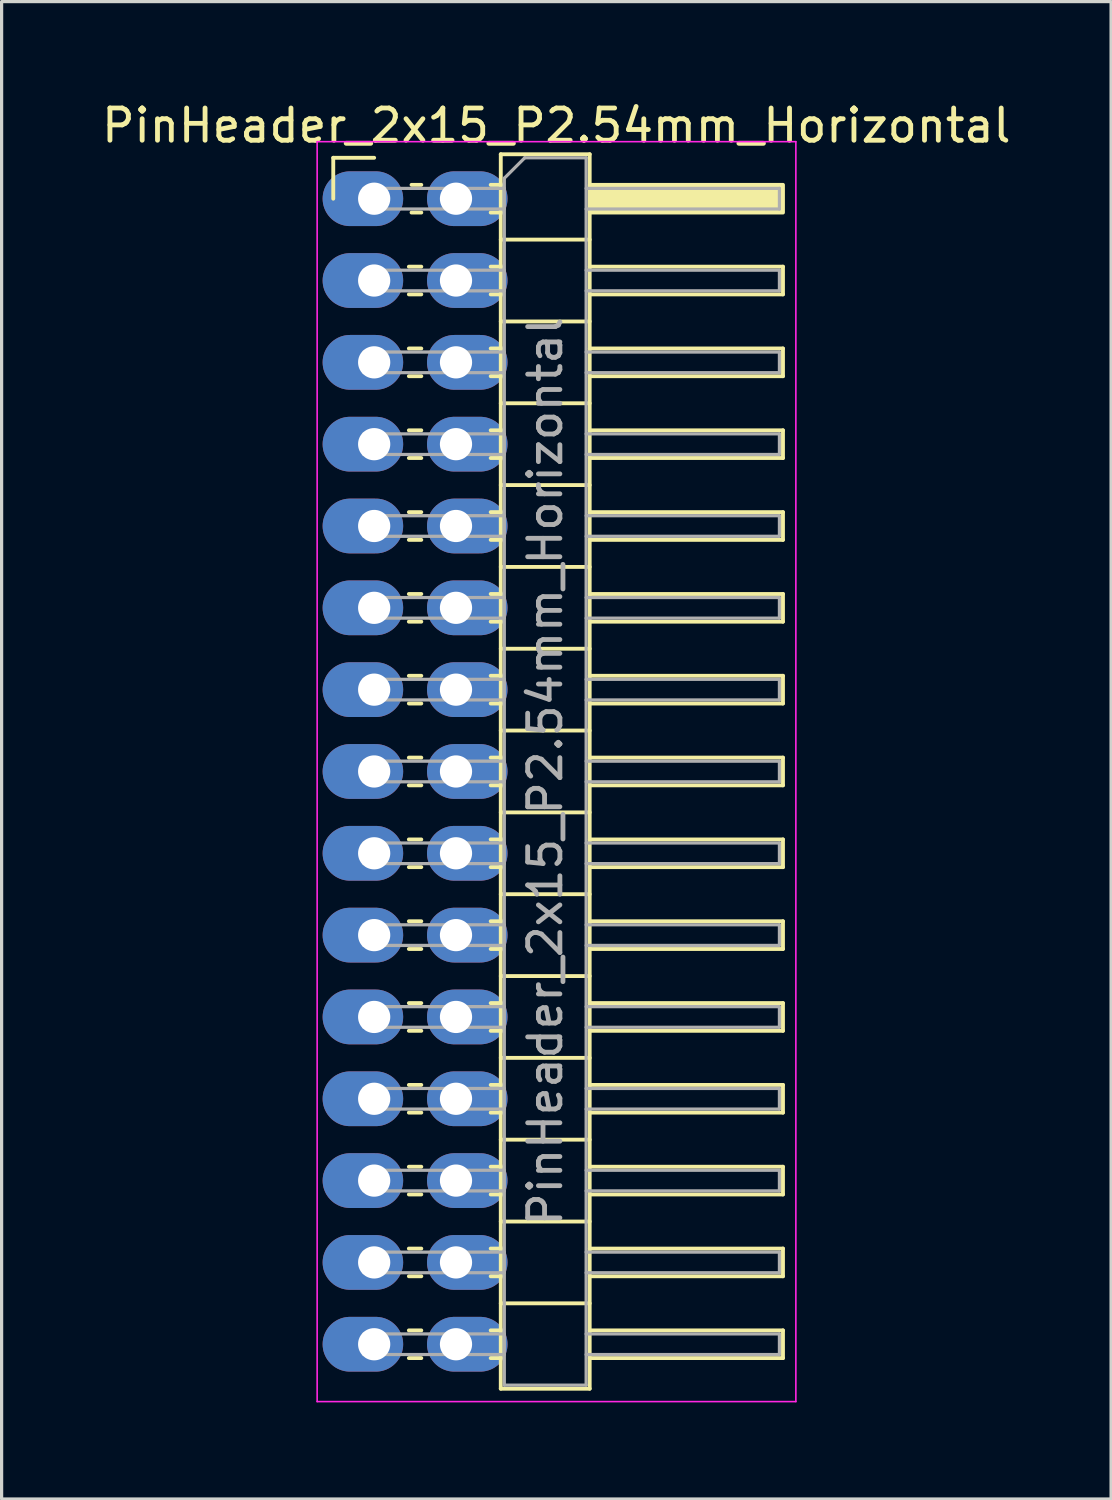
<source format=kicad_pcb>
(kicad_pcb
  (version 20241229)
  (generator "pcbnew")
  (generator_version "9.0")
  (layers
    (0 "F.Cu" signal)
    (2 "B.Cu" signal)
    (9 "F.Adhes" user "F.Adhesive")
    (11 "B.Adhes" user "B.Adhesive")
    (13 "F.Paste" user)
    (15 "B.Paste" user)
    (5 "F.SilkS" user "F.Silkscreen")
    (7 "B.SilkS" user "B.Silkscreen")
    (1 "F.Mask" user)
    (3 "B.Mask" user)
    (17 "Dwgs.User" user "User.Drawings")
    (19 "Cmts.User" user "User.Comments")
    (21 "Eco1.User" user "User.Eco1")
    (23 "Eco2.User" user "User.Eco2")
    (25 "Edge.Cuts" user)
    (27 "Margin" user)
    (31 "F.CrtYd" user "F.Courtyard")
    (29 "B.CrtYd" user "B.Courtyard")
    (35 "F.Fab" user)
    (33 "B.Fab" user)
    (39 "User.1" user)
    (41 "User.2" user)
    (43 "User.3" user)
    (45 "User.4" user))
  (footprint "PinHeader_2x15_P2.54mm_Horizontal"
    (layer "F.Cu")
    (at 8.565 3.118)
    (property "Reference" "PinHeader_2x15_P2.54mm_Horizontal" (at 5.655 -2.27 0) (layer "F.SilkS") (effects (font (size 1 1) (thickness 0.15))))
    (attr through_hole)
    (fp_line (start -1.27 -1.27) (end 0 -1.27) (stroke (width 0.12) (type solid)) (layer "F.SilkS"))
    (fp_line (start -1.27 0) (end -1.27 -1.27) (stroke (width 0.12) (type solid)) (layer "F.SilkS"))
    (fp_line (start 1.077 2.11) (end 1.463 2.11) (stroke (width 0.12) (type solid)) (layer "F.SilkS"))
    (fp_line (start 1.077 2.97) (end 1.463 2.97) (stroke (width 0.12) (type solid)) (layer "F.SilkS"))
    (fp_line (start 1.077 4.65) (end 1.463 4.65) (stroke (width 0.12) (type solid)) (layer "F.SilkS"))
    (fp_line (start 1.077 5.51) (end 1.463 5.51) (stroke (width 0.12) (type solid)) (layer "F.SilkS"))
    (fp_line (start 1.077 7.19) (end 1.463 7.19) (stroke (width 0.12) (type solid)) (layer "F.SilkS"))
    (fp_line (start 1.077 8.05) (end 1.463 8.05) (stroke (width 0.12) (type solid)) (layer "F.SilkS"))
    (fp_line (start 1.077 9.73) (end 1.463 9.73) (stroke (width 0.12) (type solid)) (layer "F.SilkS"))
    (fp_line (start 1.077 10.59) (end 1.463 10.59) (stroke (width 0.12) (type solid)) (layer "F.SilkS"))
    (fp_line (start 1.077 12.27) (end 1.463 12.27) (stroke (width 0.12) (type solid)) (layer "F.SilkS"))
    (fp_line (start 1.077 13.13) (end 1.463 13.13) (stroke (width 0.12) (type solid)) (layer "F.SilkS"))
    (fp_line (start 1.077 14.81) (end 1.463 14.81) (stroke (width 0.12) (type solid)) (layer "F.SilkS"))
    (fp_line (start 1.077 15.67) (end 1.463 15.67) (stroke (width 0.12) (type solid)) (layer "F.SilkS"))
    (fp_line (start 1.077 17.35) (end 1.463 17.35) (stroke (width 0.12) (type solid)) (layer "F.SilkS"))
    (fp_line (start 1.077 18.21) (end 1.463 18.21) (stroke (width 0.12) (type solid)) (layer "F.SilkS"))
    (fp_line (start 1.077 19.89) (end 1.463 19.89) (stroke (width 0.12) (type solid)) (layer "F.SilkS"))
    (fp_line (start 1.077 20.75) (end 1.463 20.75) (stroke (width 0.12) (type solid)) (layer "F.SilkS"))
    (fp_line (start 1.077 22.43) (end 1.463 22.43) (stroke (width 0.12) (type solid)) (layer "F.SilkS"))
    (fp_line (start 1.077 23.29) (end 1.463 23.29) (stroke (width 0.12) (type solid)) (layer "F.SilkS"))
    (fp_line (start 1.077 24.97) (end 1.463 24.97) (stroke (width 0.12) (type solid)) (layer "F.SilkS"))
    (fp_line (start 1.077 25.83) (end 1.463 25.83) (stroke (width 0.12) (type solid)) (layer "F.SilkS"))
    (fp_line (start 1.077 27.51) (end 1.463 27.51) (stroke (width 0.12) (type solid)) (layer "F.SilkS"))
    (fp_line (start 1.077 28.37) (end 1.463 28.37) (stroke (width 0.12) (type solid)) (layer "F.SilkS"))
    (fp_line (start 1.077 30.05) (end 1.463 30.05) (stroke (width 0.12) (type solid)) (layer "F.SilkS"))
    (fp_line (start 1.077 30.91) (end 1.463 30.91) (stroke (width 0.12) (type solid)) (layer "F.SilkS"))
    (fp_line (start 1.077 32.59) (end 1.463 32.59) (stroke (width 0.12) (type solid)) (layer "F.SilkS"))
    (fp_line (start 1.077 33.45) (end 1.463 33.45) (stroke (width 0.12) (type solid)) (layer "F.SilkS"))
    (fp_line (start 1.077 35.13) (end 1.463 35.13) (stroke (width 0.12) (type solid)) (layer "F.SilkS"))
    (fp_line (start 1.077 35.99) (end 1.463 35.99) (stroke (width 0.12) (type solid)) (layer "F.SilkS"))
    (fp_line (start 1.16 -0.43) (end 1.463 -0.43) (stroke (width 0.12) (type solid)) (layer "F.SilkS"))
    (fp_line (start 1.16 0.43) (end 1.463 0.43) (stroke (width 0.12) (type solid)) (layer "F.SilkS"))
    (fp_line (start 3.617 -0.43) (end 3.93 -0.43) (stroke (width 0.12) (type solid)) (layer "F.SilkS"))
    (fp_line (start 3.617 0.43) (end 3.93 0.43) (stroke (width 0.12) (type solid)) (layer "F.SilkS"))
    (fp_line (start 3.617 2.11) (end 3.93 2.11) (stroke (width 0.12) (type solid)) (layer "F.SilkS"))
    (fp_line (start 3.617 2.97) (end 3.93 2.97) (stroke (width 0.12) (type solid)) (layer "F.SilkS"))
    (fp_line (start 3.617 4.65) (end 3.93 4.65) (stroke (width 0.12) (type solid)) (layer "F.SilkS"))
    (fp_line (start 3.617 5.51) (end 3.93 5.51) (stroke (width 0.12) (type solid)) (layer "F.SilkS"))
    (fp_line (start 3.617 7.19) (end 3.93 7.19) (stroke (width 0.12) (type solid)) (layer "F.SilkS"))
    (fp_line (start 3.617 8.05) (end 3.93 8.05) (stroke (width 0.12) (type solid)) (layer "F.SilkS"))
    (fp_line (start 3.617 9.73) (end 3.93 9.73) (stroke (width 0.12) (type solid)) (layer "F.SilkS"))
    (fp_line (start 3.617 10.59) (end 3.93 10.59) (stroke (width 0.12) (type solid)) (layer "F.SilkS"))
    (fp_line (start 3.617 12.27) (end 3.93 12.27) (stroke (width 0.12) (type solid)) (layer "F.SilkS"))
    (fp_line (start 3.617 13.13) (end 3.93 13.13) (stroke (width 0.12) (type solid)) (layer "F.SilkS"))
    (fp_line (start 3.617 14.81) (end 3.93 14.81) (stroke (width 0.12) (type solid)) (layer "F.SilkS"))
    (fp_line (start 3.617 15.67) (end 3.93 15.67) (stroke (width 0.12) (type solid)) (layer "F.SilkS"))
    (fp_line (start 3.617 17.35) (end 3.93 17.35) (stroke (width 0.12) (type solid)) (layer "F.SilkS"))
    (fp_line (start 3.617 18.21) (end 3.93 18.21) (stroke (width 0.12) (type solid)) (layer "F.SilkS"))
    (fp_line (start 3.617 19.89) (end 3.93 19.89) (stroke (width 0.12) (type solid)) (layer "F.SilkS"))
    (fp_line (start 3.617 20.75) (end 3.93 20.75) (stroke (width 0.12) (type solid)) (layer "F.SilkS"))
    (fp_line (start 3.617 22.43) (end 3.93 22.43) (stroke (width 0.12) (type solid)) (layer "F.SilkS"))
    (fp_line (start 3.617 23.29) (end 3.93 23.29) (stroke (width 0.12) (type solid)) (layer "F.SilkS"))
    (fp_line (start 3.617 24.97) (end 3.93 24.97) (stroke (width 0.12) (type solid)) (layer "F.SilkS"))
    (fp_line (start 3.617 25.83) (end 3.93 25.83) (stroke (width 0.12) (type solid)) (layer "F.SilkS"))
    (fp_line (start 3.617 27.51) (end 3.93 27.51) (stroke (width 0.12) (type solid)) (layer "F.SilkS"))
    (fp_line (start 3.617 28.37) (end 3.93 28.37) (stroke (width 0.12) (type solid)) (layer "F.SilkS"))
    (fp_line (start 3.617 30.05) (end 3.93 30.05) (stroke (width 0.12) (type solid)) (layer "F.SilkS"))
    (fp_line (start 3.617 30.91) (end 3.93 30.91) (stroke (width 0.12) (type solid)) (layer "F.SilkS"))
    (fp_line (start 3.617 32.59) (end 3.93 32.59) (stroke (width 0.12) (type solid)) (layer "F.SilkS"))
    (fp_line (start 3.617 33.45) (end 3.93 33.45) (stroke (width 0.12) (type solid)) (layer "F.SilkS"))
    (fp_line (start 3.617 35.13) (end 3.93 35.13) (stroke (width 0.12) (type solid)) (layer "F.SilkS"))
    (fp_line (start 3.617 35.99) (end 3.93 35.99) (stroke (width 0.12) (type solid)) (layer "F.SilkS"))
    (fp_line (start 3.93 -1.38) (end 3.93 36.94) (stroke (width 0.12) (type solid)) (layer "F.SilkS"))
    (fp_line (start 3.93 1.27) (end 6.69 1.27) (stroke (width 0.12) (type solid)) (layer "F.SilkS"))
    (fp_line (start 3.93 3.81) (end 6.69 3.81) (stroke (width 0.12) (type solid)) (layer "F.SilkS"))
    (fp_line (start 3.93 6.35) (end 6.69 6.35) (stroke (width 0.12) (type solid)) (layer "F.SilkS"))
    (fp_line (start 3.93 8.89) (end 6.69 8.89) (stroke (width 0.12) (type solid)) (layer "F.SilkS"))
    (fp_line (start 3.93 11.43) (end 6.69 11.43) (stroke (width 0.12) (type solid)) (layer "F.SilkS"))
    (fp_line (start 3.93 13.97) (end 6.69 13.97) (stroke (width 0.12) (type solid)) (layer "F.SilkS"))
    (fp_line (start 3.93 16.51) (end 6.69 16.51) (stroke (width 0.12) (type solid)) (layer "F.SilkS"))
    (fp_line (start 3.93 19.05) (end 6.69 19.05) (stroke (width 0.12) (type solid)) (layer "F.SilkS"))
    (fp_line (start 3.93 21.59) (end 6.69 21.59) (stroke (width 0.12) (type solid)) (layer "F.SilkS"))
    (fp_line (start 3.93 24.13) (end 6.69 24.13) (stroke (width 0.12) (type solid)) (layer "F.SilkS"))
    (fp_line (start 3.93 26.67) (end 6.69 26.67) (stroke (width 0.12) (type solid)) (layer "F.SilkS"))
    (fp_line (start 3.93 29.21) (end 6.69 29.21) (stroke (width 0.12) (type solid)) (layer "F.SilkS"))
    (fp_line (start 3.93 31.75) (end 6.69 31.75) (stroke (width 0.12) (type solid)) (layer "F.SilkS"))
    (fp_line (start 3.93 34.29) (end 6.69 34.29) (stroke (width 0.12) (type solid)) (layer "F.SilkS"))
    (fp_line (start 3.93 36.94) (end 6.69 36.94) (stroke (width 0.12) (type solid)) (layer "F.SilkS"))
    (fp_line (start 6.69 -1.38) (end 3.93 -1.38) (stroke (width 0.12) (type solid)) (layer "F.SilkS"))
    (fp_line (start 6.69 2.11) (end 12.69 2.11) (stroke (width 0.12) (type solid)) (layer "F.SilkS"))
    (fp_line (start 6.69 4.65) (end 12.69 4.65) (stroke (width 0.12) (type solid)) (layer "F.SilkS"))
    (fp_line (start 6.69 7.19) (end 12.69 7.19) (stroke (width 0.12) (type solid)) (layer "F.SilkS"))
    (fp_line (start 6.69 9.73) (end 12.69 9.73) (stroke (width 0.12) (type solid)) (layer "F.SilkS"))
    (fp_line (start 6.69 12.27) (end 12.69 12.27) (stroke (width 0.12) (type solid)) (layer "F.SilkS"))
    (fp_line (start 6.69 14.81) (end 12.69 14.81) (stroke (width 0.12) (type solid)) (layer "F.SilkS"))
    (fp_line (start 6.69 17.35) (end 12.69 17.35) (stroke (width 0.12) (type solid)) (layer "F.SilkS"))
    (fp_line (start 6.69 19.89) (end 12.69 19.89) (stroke (width 0.12) (type solid)) (layer "F.SilkS"))
    (fp_line (start 6.69 22.43) (end 12.69 22.43) (stroke (width 0.12) (type solid)) (layer "F.SilkS"))
    (fp_line (start 6.69 24.97) (end 12.69 24.97) (stroke (width 0.12) (type solid)) (layer "F.SilkS"))
    (fp_line (start 6.69 27.51) (end 12.69 27.51) (stroke (width 0.12) (type solid)) (layer "F.SilkS"))
    (fp_line (start 6.69 30.05) (end 12.69 30.05) (stroke (width 0.12) (type solid)) (layer "F.SilkS"))
    (fp_line (start 6.69 32.59) (end 12.69 32.59) (stroke (width 0.12) (type solid)) (layer "F.SilkS"))
    (fp_line (start 6.69 35.13) (end 12.69 35.13) (stroke (width 0.12) (type solid)) (layer "F.SilkS"))
    (fp_line (start 6.69 36.94) (end 6.69 -1.38) (stroke (width 0.12) (type solid)) (layer "F.SilkS"))
    (fp_line (start 12.69 2.11) (end 12.69 2.97) (stroke (width 0.12) (type solid)) (layer "F.SilkS"))
    (fp_line (start 12.69 2.97) (end 6.69 2.97) (stroke (width 0.12) (type solid)) (layer "F.SilkS"))
    (fp_line (start 12.69 4.65) (end 12.69 5.51) (stroke (width 0.12) (type solid)) (layer "F.SilkS"))
    (fp_line (start 12.69 5.51) (end 6.69 5.51) (stroke (width 0.12) (type solid)) (layer "F.SilkS"))
    (fp_line (start 12.69 7.19) (end 12.69 8.05) (stroke (width 0.12) (type solid)) (layer "F.SilkS"))
    (fp_line (start 12.69 8.05) (end 6.69 8.05) (stroke (width 0.12) (type solid)) (layer "F.SilkS"))
    (fp_line (start 12.69 9.73) (end 12.69 10.59) (stroke (width 0.12) (type solid)) (layer "F.SilkS"))
    (fp_line (start 12.69 10.59) (end 6.69 10.59) (stroke (width 0.12) (type solid)) (layer "F.SilkS"))
    (fp_line (start 12.69 12.27) (end 12.69 13.13) (stroke (width 0.12) (type solid)) (layer "F.SilkS"))
    (fp_line (start 12.69 13.13) (end 6.69 13.13) (stroke (width 0.12) (type solid)) (layer "F.SilkS"))
    (fp_line (start 12.69 14.81) (end 12.69 15.67) (stroke (width 0.12) (type solid)) (layer "F.SilkS"))
    (fp_line (start 12.69 15.67) (end 6.69 15.67) (stroke (width 0.12) (type solid)) (layer "F.SilkS"))
    (fp_line (start 12.69 17.35) (end 12.69 18.21) (stroke (width 0.12) (type solid)) (layer "F.SilkS"))
    (fp_line (start 12.69 18.21) (end 6.69 18.21) (stroke (width 0.12) (type solid)) (layer "F.SilkS"))
    (fp_line (start 12.69 19.89) (end 12.69 20.75) (stroke (width 0.12) (type solid)) (layer "F.SilkS"))
    (fp_line (start 12.69 20.75) (end 6.69 20.75) (stroke (width 0.12) (type solid)) (layer "F.SilkS"))
    (fp_line (start 12.69 22.43) (end 12.69 23.29) (stroke (width 0.12) (type solid)) (layer "F.SilkS"))
    (fp_line (start 12.69 23.29) (end 6.69 23.29) (stroke (width 0.12) (type solid)) (layer "F.SilkS"))
    (fp_line (start 12.69 24.97) (end 12.69 25.83) (stroke (width 0.12) (type solid)) (layer "F.SilkS"))
    (fp_line (start 12.69 25.83) (end 6.69 25.83) (stroke (width 0.12) (type solid)) (layer "F.SilkS"))
    (fp_line (start 12.69 27.51) (end 12.69 28.37) (stroke (width 0.12) (type solid)) (layer "F.SilkS"))
    (fp_line (start 12.69 28.37) (end 6.69 28.37) (stroke (width 0.12) (type solid)) (layer "F.SilkS"))
    (fp_line (start 12.69 30.05) (end 12.69 30.91) (stroke (width 0.12) (type solid)) (layer "F.SilkS"))
    (fp_line (start 12.69 30.91) (end 6.69 30.91) (stroke (width 0.12) (type solid)) (layer "F.SilkS"))
    (fp_line (start 12.69 32.59) (end 12.69 33.45) (stroke (width 0.12) (type solid)) (layer "F.SilkS"))
    (fp_line (start 12.69 33.45) (end 6.69 33.45) (stroke (width 0.12) (type solid)) (layer "F.SilkS"))
    (fp_line (start 12.69 35.13) (end 12.69 35.99) (stroke (width 0.12) (type solid)) (layer "F.SilkS"))
    (fp_line (start 12.69 35.99) (end 6.69 35.99) (stroke (width 0.12) (type solid)) (layer "F.SilkS"))
    (fp_rect (start 6.69 -0.43) (end 12.69 0.43) (stroke (width 0.12) (type solid)) (fill yes) (layer "F.SilkS"))
    (fp_line (start -1.77 -1.77) (end -1.77 37.34) (stroke (width 0.05) (type solid)) (layer "F.CrtYd"))
    (fp_line (start -1.77 37.34) (end 13.09 37.34) (stroke (width 0.05) (type solid)) (layer "F.CrtYd"))
    (fp_line (start 13.09 -1.77) (end -1.77 -1.77) (stroke (width 0.05) (type solid)) (layer "F.CrtYd"))
    (fp_line (start 13.09 37.34) (end 13.09 -1.77) (stroke (width 0.05) (type solid)) (layer "F.CrtYd"))
    (fp_line (start -0.32 -0.32) (end -0.32 0.32) (stroke (width 0.1) (type solid)) (layer "F.Fab"))
    (fp_line (start -0.32 -0.32) (end 4.04 -0.32) (stroke (width 0.1) (type solid)) (layer "F.Fab"))
    (fp_line (start -0.32 0.32) (end 4.04 0.32) (stroke (width 0.1) (type solid)) (layer "F.Fab"))
    (fp_line (start -0.32 2.22) (end -0.32 2.86) (stroke (width 0.1) (type solid)) (layer "F.Fab"))
    (fp_line (start -0.32 2.22) (end 4.04 2.22) (stroke (width 0.1) (type solid)) (layer "F.Fab"))
    (fp_line (start -0.32 2.86) (end 4.04 2.86) (stroke (width 0.1) (type solid)) (layer "F.Fab"))
    (fp_line (start -0.32 4.76) (end -0.32 5.4) (stroke (width 0.1) (type solid)) (layer "F.Fab"))
    (fp_line (start -0.32 4.76) (end 4.04 4.76) (stroke (width 0.1) (type solid)) (layer "F.Fab"))
    (fp_line (start -0.32 5.4) (end 4.04 5.4) (stroke (width 0.1) (type solid)) (layer "F.Fab"))
    (fp_line (start -0.32 7.3) (end -0.32 7.94) (stroke (width 0.1) (type solid)) (layer "F.Fab"))
    (fp_line (start -0.32 7.3) (end 4.04 7.3) (stroke (width 0.1) (type solid)) (layer "F.Fab"))
    (fp_line (start -0.32 7.94) (end 4.04 7.94) (stroke (width 0.1) (type solid)) (layer "F.Fab"))
    (fp_line (start -0.32 9.84) (end -0.32 10.48) (stroke (width 0.1) (type solid)) (layer "F.Fab"))
    (fp_line (start -0.32 9.84) (end 4.04 9.84) (stroke (width 0.1) (type solid)) (layer "F.Fab"))
    (fp_line (start -0.32 10.48) (end 4.04 10.48) (stroke (width 0.1) (type solid)) (layer "F.Fab"))
    (fp_line (start -0.32 12.38) (end -0.32 13.02) (stroke (width 0.1) (type solid)) (layer "F.Fab"))
    (fp_line (start -0.32 12.38) (end 4.04 12.38) (stroke (width 0.1) (type solid)) (layer "F.Fab"))
    (fp_line (start -0.32 13.02) (end 4.04 13.02) (stroke (width 0.1) (type solid)) (layer "F.Fab"))
    (fp_line (start -0.32 14.92) (end -0.32 15.56) (stroke (width 0.1) (type solid)) (layer "F.Fab"))
    (fp_line (start -0.32 14.92) (end 4.04 14.92) (stroke (width 0.1) (type solid)) (layer "F.Fab"))
    (fp_line (start -0.32 15.56) (end 4.04 15.56) (stroke (width 0.1) (type solid)) (layer "F.Fab"))
    (fp_line (start -0.32 17.46) (end -0.32 18.1) (stroke (width 0.1) (type solid)) (layer "F.Fab"))
    (fp_line (start -0.32 17.46) (end 4.04 17.46) (stroke (width 0.1) (type solid)) (layer "F.Fab"))
    (fp_line (start -0.32 18.1) (end 4.04 18.1) (stroke (width 0.1) (type solid)) (layer "F.Fab"))
    (fp_line (start -0.32 20) (end -0.32 20.64) (stroke (width 0.1) (type solid)) (layer "F.Fab"))
    (fp_line (start -0.32 20) (end 4.04 20) (stroke (width 0.1) (type solid)) (layer "F.Fab"))
    (fp_line (start -0.32 20.64) (end 4.04 20.64) (stroke (width 0.1) (type solid)) (layer "F.Fab"))
    (fp_line (start -0.32 22.54) (end -0.32 23.18) (stroke (width 0.1) (type solid)) (layer "F.Fab"))
    (fp_line (start -0.32 22.54) (end 4.04 22.54) (stroke (width 0.1) (type solid)) (layer "F.Fab"))
    (fp_line (start -0.32 23.18) (end 4.04 23.18) (stroke (width 0.1) (type solid)) (layer "F.Fab"))
    (fp_line (start -0.32 25.08) (end -0.32 25.72) (stroke (width 0.1) (type solid)) (layer "F.Fab"))
    (fp_line (start -0.32 25.08) (end 4.04 25.08) (stroke (width 0.1) (type solid)) (layer "F.Fab"))
    (fp_line (start -0.32 25.72) (end 4.04 25.72) (stroke (width 0.1) (type solid)) (layer "F.Fab"))
    (fp_line (start -0.32 27.62) (end -0.32 28.26) (stroke (width 0.1) (type solid)) (layer "F.Fab"))
    (fp_line (start -0.32 27.62) (end 4.04 27.62) (stroke (width 0.1) (type solid)) (layer "F.Fab"))
    (fp_line (start -0.32 28.26) (end 4.04 28.26) (stroke (width 0.1) (type solid)) (layer "F.Fab"))
    (fp_line (start -0.32 30.16) (end -0.32 30.8) (stroke (width 0.1) (type solid)) (layer "F.Fab"))
    (fp_line (start -0.32 30.16) (end 4.04 30.16) (stroke (width 0.1) (type solid)) (layer "F.Fab"))
    (fp_line (start -0.32 30.8) (end 4.04 30.8) (stroke (width 0.1) (type solid)) (layer "F.Fab"))
    (fp_line (start -0.32 32.7) (end -0.32 33.34) (stroke (width 0.1) (type solid)) (layer "F.Fab"))
    (fp_line (start -0.32 32.7) (end 4.04 32.7) (stroke (width 0.1) (type solid)) (layer "F.Fab"))
    (fp_line (start -0.32 33.34) (end 4.04 33.34) (stroke (width 0.1) (type solid)) (layer "F.Fab"))
    (fp_line (start -0.32 35.24) (end -0.32 35.88) (stroke (width 0.1) (type solid)) (layer "F.Fab"))
    (fp_line (start -0.32 35.24) (end 4.04 35.24) (stroke (width 0.1) (type solid)) (layer "F.Fab"))
    (fp_line (start -0.32 35.88) (end 4.04 35.88) (stroke (width 0.1) (type solid)) (layer "F.Fab"))
    (fp_line (start 4.04 -0.635) (end 4.675 -1.27) (stroke (width 0.1) (type solid)) (layer "F.Fab"))
    (fp_line (start 4.04 36.83) (end 4.04 -0.635) (stroke (width 0.1) (type solid)) (layer "F.Fab"))
    (fp_line (start 4.675 -1.27) (end 6.58 -1.27) (stroke (width 0.1) (type solid)) (layer "F.Fab"))
    (fp_line (start 6.58 -1.27) (end 6.58 36.83) (stroke (width 0.1) (type solid)) (layer "F.Fab"))
    (fp_line (start 6.58 -0.32) (end 12.58 -0.32) (stroke (width 0.1) (type solid)) (layer "F.Fab"))
    (fp_line (start 6.58 0.32) (end 12.58 0.32) (stroke (width 0.1) (type solid)) (layer "F.Fab"))
    (fp_line (start 6.58 2.22) (end 12.58 2.22) (stroke (width 0.1) (type solid)) (layer "F.Fab"))
    (fp_line (start 6.58 2.86) (end 12.58 2.86) (stroke (width 0.1) (type solid)) (layer "F.Fab"))
    (fp_line (start 6.58 4.76) (end 12.58 4.76) (stroke (width 0.1) (type solid)) (layer "F.Fab"))
    (fp_line (start 6.58 5.4) (end 12.58 5.4) (stroke (width 0.1) (type solid)) (layer "F.Fab"))
    (fp_line (start 6.58 7.3) (end 12.58 7.3) (stroke (width 0.1) (type solid)) (layer "F.Fab"))
    (fp_line (start 6.58 7.94) (end 12.58 7.94) (stroke (width 0.1) (type solid)) (layer "F.Fab"))
    (fp_line (start 6.58 9.84) (end 12.58 9.84) (stroke (width 0.1) (type solid)) (layer "F.Fab"))
    (fp_line (start 6.58 10.48) (end 12.58 10.48) (stroke (width 0.1) (type solid)) (layer "F.Fab"))
    (fp_line (start 6.58 12.38) (end 12.58 12.38) (stroke (width 0.1) (type solid)) (layer "F.Fab"))
    (fp_line (start 6.58 13.02) (end 12.58 13.02) (stroke (width 0.1) (type solid)) (layer "F.Fab"))
    (fp_line (start 6.58 14.92) (end 12.58 14.92) (stroke (width 0.1) (type solid)) (layer "F.Fab"))
    (fp_line (start 6.58 15.56) (end 12.58 15.56) (stroke (width 0.1) (type solid)) (layer "F.Fab"))
    (fp_line (start 6.58 17.46) (end 12.58 17.46) (stroke (width 0.1) (type solid)) (layer "F.Fab"))
    (fp_line (start 6.58 18.1) (end 12.58 18.1) (stroke (width 0.1) (type solid)) (layer "F.Fab"))
    (fp_line (start 6.58 20) (end 12.58 20) (stroke (width 0.1) (type solid)) (layer "F.Fab"))
    (fp_line (start 6.58 20.64) (end 12.58 20.64) (stroke (width 0.1) (type solid)) (layer "F.Fab"))
    (fp_line (start 6.58 22.54) (end 12.58 22.54) (stroke (width 0.1) (type solid)) (layer "F.Fab"))
    (fp_line (start 6.58 23.18) (end 12.58 23.18) (stroke (width 0.1) (type solid)) (layer "F.Fab"))
    (fp_line (start 6.58 25.08) (end 12.58 25.08) (stroke (width 0.1) (type solid)) (layer "F.Fab"))
    (fp_line (start 6.58 25.72) (end 12.58 25.72) (stroke (width 0.1) (type solid)) (layer "F.Fab"))
    (fp_line (start 6.58 27.62) (end 12.58 27.62) (stroke (width 0.1) (type solid)) (layer "F.Fab"))
    (fp_line (start 6.58 28.26) (end 12.58 28.26) (stroke (width 0.1) (type solid)) (layer "F.Fab"))
    (fp_line (start 6.58 30.16) (end 12.58 30.16) (stroke (width 0.1) (type solid)) (layer "F.Fab"))
    (fp_line (start 6.58 30.8) (end 12.58 30.8) (stroke (width 0.1) (type solid)) (layer "F.Fab"))
    (fp_line (start 6.58 32.7) (end 12.58 32.7) (stroke (width 0.1) (type solid)) (layer "F.Fab"))
    (fp_line (start 6.58 33.34) (end 12.58 33.34) (stroke (width 0.1) (type solid)) (layer "F.Fab"))
    (fp_line (start 6.58 35.24) (end 12.58 35.24) (stroke (width 0.1) (type solid)) (layer "F.Fab"))
    (fp_line (start 6.58 35.88) (end 12.58 35.88) (stroke (width 0.1) (type solid)) (layer "F.Fab"))
    (fp_line (start 6.58 36.83) (end 4.04 36.83) (stroke (width 0.1) (type solid)) (layer "F.Fab"))
    (fp_line (start 12.58 -0.32) (end 12.58 0.32) (stroke (width 0.1) (type solid)) (layer "F.Fab"))
    (fp_line (start 12.58 2.22) (end 12.58 2.86) (stroke (width 0.1) (type solid)) (layer "F.Fab"))
    (fp_line (start 12.58 4.76) (end 12.58 5.4) (stroke (width 0.1) (type solid)) (layer "F.Fab"))
    (fp_line (start 12.58 7.3) (end 12.58 7.94) (stroke (width 0.1) (type solid)) (layer "F.Fab"))
    (fp_line (start 12.58 9.84) (end 12.58 10.48) (stroke (width 0.1) (type solid)) (layer "F.Fab"))
    (fp_line (start 12.58 12.38) (end 12.58 13.02) (stroke (width 0.1) (type solid)) (layer "F.Fab"))
    (fp_line (start 12.58 14.92) (end 12.58 15.56) (stroke (width 0.1) (type solid)) (layer "F.Fab"))
    (fp_line (start 12.58 17.46) (end 12.58 18.1) (stroke (width 0.1) (type solid)) (layer "F.Fab"))
    (fp_line (start 12.58 20) (end 12.58 20.64) (stroke (width 0.1) (type solid)) (layer "F.Fab"))
    (fp_line (start 12.58 22.54) (end 12.58 23.18) (stroke (width 0.1) (type solid)) (layer "F.Fab"))
    (fp_line (start 12.58 25.08) (end 12.58 25.72) (stroke (width 0.1) (type solid)) (layer "F.Fab"))
    (fp_line (start 12.58 27.62) (end 12.58 28.26) (stroke (width 0.1) (type solid)) (layer "F.Fab"))
    (fp_line (start 12.58 30.16) (end 12.58 30.8) (stroke (width 0.1) (type solid)) (layer "F.Fab"))
    (fp_line (start 12.58 32.7) (end 12.58 33.34) (stroke (width 0.1) (type solid)) (layer "F.Fab"))
    (fp_line (start 12.58 35.24) (end 12.58 35.88) (stroke (width 0.1) (type solid)) (layer "F.Fab"))
    (fp_text user "${REFERENCE}" (at 5.31 17.78 90) (layer "F.Fab") (effects (font (size 1 1) (thickness 0.15))))
    (pad "1" thru_hole oval (at 0 0) (size 2.5 1.7) (drill 1 (offset -0.35 0)) (layers "*.Cu" "*.Mask"))
    (pad "2" thru_hole oval (at 2.54 0 180) (size 2.5 1.7) (drill 1 (offset -0.35 0)) (layers "*.Cu" "*.Mask"))
    (pad "3" thru_hole oval (at 0 2.54) (size 2.5 1.7) (drill 1 (offset -0.35 0)) (layers "*.Cu" "*.Mask"))
    (pad "4" thru_hole oval (at 2.54 2.54 180) (size 2.5 1.7) (drill 1 (offset -0.35 0)) (layers "*.Cu" "*.Mask"))
    (pad "5" thru_hole oval (at 0 5.08) (size 2.5 1.7) (drill 1 (offset -0.35 0)) (layers "*.Cu" "*.Mask"))
    (pad "6" thru_hole oval (at 2.54 5.08 180) (size 2.5 1.7) (drill 1 (offset -0.35 0)) (layers "*.Cu" "*.Mask"))
    (pad "7" thru_hole oval (at 0 7.62) (size 2.5 1.7) (drill 1 (offset -0.35 0)) (layers "*.Cu" "*.Mask"))
    (pad "8" thru_hole oval (at 2.54 7.62 180) (size 2.5 1.7) (drill 1 (offset -0.35 0)) (layers "*.Cu" "*.Mask"))
    (pad "9" thru_hole oval (at 0 10.16) (size 2.5 1.7) (drill 1 (offset -0.35 0)) (layers "*.Cu" "*.Mask"))
    (pad "10" thru_hole oval (at 2.54 10.16 180) (size 2.5 1.7) (drill 1 (offset -0.35 0)) (layers "*.Cu" "*.Mask"))
    (pad "11" thru_hole oval (at 0 12.7) (size 2.5 1.7) (drill 1 (offset -0.35 0)) (layers "*.Cu" "*.Mask"))
    (pad "12" thru_hole oval (at 2.54 12.7 180) (size 2.5 1.7) (drill 1 (offset -0.35 0)) (layers "*.Cu" "*.Mask"))
    (pad "13" thru_hole oval (at 0 15.24) (size 2.5 1.7) (drill 1 (offset -0.35 0)) (layers "*.Cu" "*.Mask"))
    (pad "14" thru_hole oval (at 2.54 15.24 180) (size 2.5 1.7) (drill 1 (offset -0.35 0)) (layers "*.Cu" "*.Mask"))
    (pad "15" thru_hole oval (at 0 17.78) (size 2.5 1.7) (drill 1 (offset -0.35 0)) (layers "*.Cu" "*.Mask"))
    (pad "16" thru_hole oval (at 2.54 17.78 180) (size 2.5 1.7) (drill 1 (offset -0.35 0)) (layers "*.Cu" "*.Mask"))
    (pad "17" thru_hole oval (at 0 20.32) (size 2.5 1.7) (drill 1 (offset -0.35 0)) (layers "*.Cu" "*.Mask"))
    (pad "18" thru_hole oval (at 2.54 20.32 180) (size 2.5 1.7) (drill 1 (offset -0.35 0)) (layers "*.Cu" "*.Mask"))
    (pad "19" thru_hole oval (at 0 22.86) (size 2.5 1.7) (drill 1 (offset -0.35 0)) (layers "*.Cu" "*.Mask"))
    (pad "20" thru_hole oval (at 2.54 22.86 180) (size 2.5 1.7) (drill 1 (offset -0.35 0)) (layers "*.Cu" "*.Mask"))
    (pad "21" thru_hole oval (at 0 25.4) (size 2.5 1.7) (drill 1 (offset -0.35 0)) (layers "*.Cu" "*.Mask"))
    (pad "22" thru_hole oval (at 2.54 25.4 180) (size 2.5 1.7) (drill 1 (offset -0.35 0)) (layers "*.Cu" "*.Mask"))
    (pad "23" thru_hole oval (at 0 27.94) (size 2.5 1.7) (drill 1 (offset -0.35 0)) (layers "*.Cu" "*.Mask"))
    (pad "24" thru_hole oval (at 2.54 27.94 180) (size 2.5 1.7) (drill 1 (offset -0.35 0)) (layers "*.Cu" "*.Mask"))
    (pad "25" thru_hole oval (at 0 30.48) (size 2.5 1.7) (drill 1 (offset -0.35 0)) (layers "*.Cu" "*.Mask"))
    (pad "26" thru_hole oval (at 2.54 30.48 180) (size 2.5 1.7) (drill 1 (offset -0.35 0)) (layers "*.Cu" "*.Mask"))
    (pad "27" thru_hole oval (at 0 33.02) (size 2.5 1.7) (drill 1 (offset -0.35 0)) (layers "*.Cu" "*.Mask"))
    (pad "28" thru_hole oval (at 2.54 33.02 180) (size 2.5 1.7) (drill 1 (offset -0.35 0)) (layers "*.Cu" "*.Mask"))
    (pad "29" thru_hole oval (at 0 35.56) (size 2.5 1.7) (drill 1 (offset -0.35 0)) (layers "*.Cu" "*.Mask"))
    (pad "30" thru_hole oval (at 2.54 35.56 180) (size 2.5 1.7) (drill 1 (offset -0.35 0)) (layers "*.Cu" "*.Mask")))
  (gr_rect
    (start -3 -3)
    (end 31.44 43.483)
    (stroke (width 0.1) (type default))
    (fill no)
    (layer "Edge.Cuts")))
</source>
